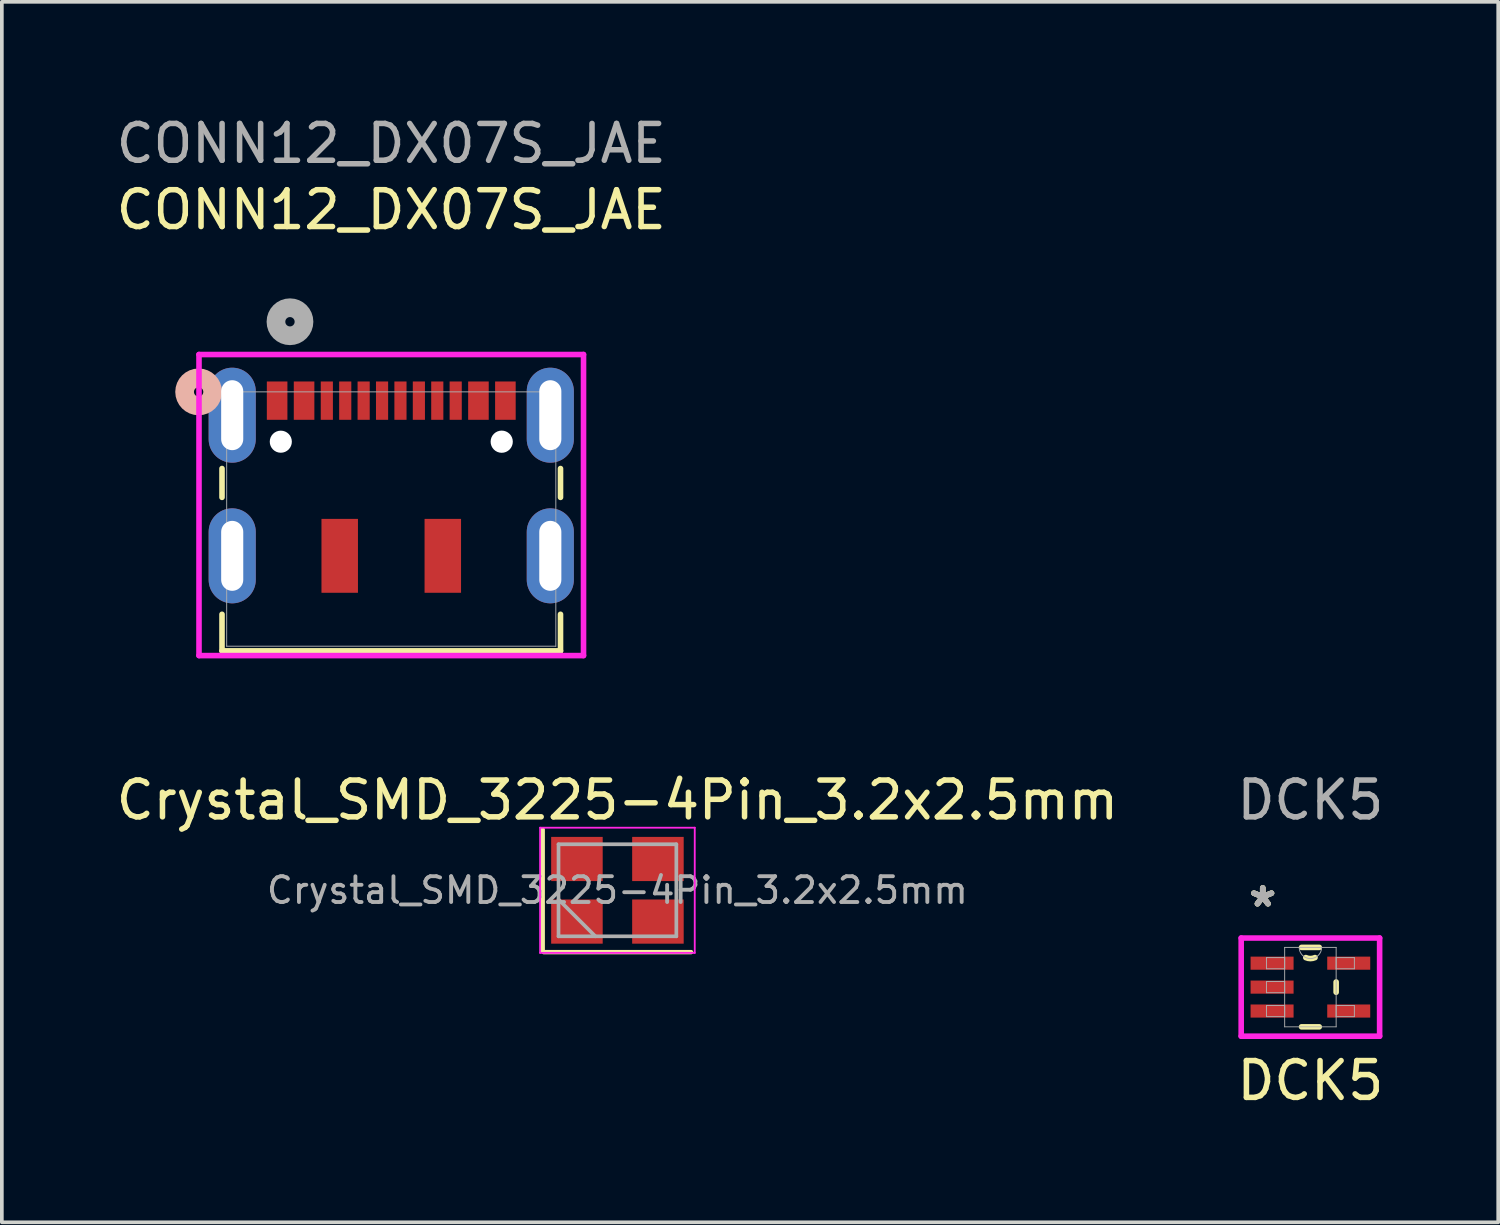
<source format=kicad_pcb>
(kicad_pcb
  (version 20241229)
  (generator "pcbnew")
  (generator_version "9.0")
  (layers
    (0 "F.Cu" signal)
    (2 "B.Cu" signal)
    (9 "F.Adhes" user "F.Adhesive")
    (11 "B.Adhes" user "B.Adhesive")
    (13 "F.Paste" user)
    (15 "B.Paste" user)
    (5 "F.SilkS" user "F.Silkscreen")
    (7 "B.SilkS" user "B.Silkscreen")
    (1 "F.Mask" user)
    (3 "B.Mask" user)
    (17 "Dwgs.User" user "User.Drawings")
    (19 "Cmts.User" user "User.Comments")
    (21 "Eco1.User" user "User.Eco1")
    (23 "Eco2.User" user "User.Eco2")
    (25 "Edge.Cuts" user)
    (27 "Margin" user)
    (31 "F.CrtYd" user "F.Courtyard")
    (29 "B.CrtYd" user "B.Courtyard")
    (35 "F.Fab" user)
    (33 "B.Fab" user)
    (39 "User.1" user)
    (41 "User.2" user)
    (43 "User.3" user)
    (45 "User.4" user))
  (footprint "CONN12_DX07S_JAE"
    (layer "F.Cu")
    (at 7.577 11.048)
    (property "Reference" "CONN12_DX07S_JAE" (at 0 -8.4 0) (unlocked yes) (layer "F.SilkS") (effects (font (size 1 1) (thickness 0.15))))
    (attr smd)
    (fp_line (start -4.597 -0.589) (end -4.597 -1.372) (stroke (width 0.152) (type solid)) (layer "F.SilkS"))
    (fp_line (start -4.597 3.581) (end -4.597 2.587) (stroke (width 0.152) (type solid)) (layer "F.SilkS"))
    (fp_line (start 4.597 -1.372) (end 4.597 -0.589) (stroke (width 0.152) (type solid)) (layer "F.SilkS"))
    (fp_line (start 4.597 2.587) (end 4.597 3.581) (stroke (width 0.152) (type solid)) (layer "F.SilkS"))
    (fp_line (start 4.597 3.581) (end -4.597 3.581) (stroke (width 0.152) (type solid)) (layer "F.SilkS"))
    (fp_circle (center -5.232 -3.454) (end -4.851 -3.454) (stroke (width 0.508) (type solid)) (fill no) (layer "B.SilkS"))
    (fp_line (start -5.222 -4.469) (end -5.222 3.708) (stroke (width 0.152) (type solid)) (layer "F.CrtYd"))
    (fp_line (start -5.222 3.708) (end 5.222 3.708) (stroke (width 0.152) (type solid)) (layer "F.CrtYd"))
    (fp_line (start 5.222 -4.469) (end -5.222 -4.469) (stroke (width 0.152) (type solid)) (layer "F.CrtYd"))
    (fp_line (start 5.222 3.708) (end 5.222 -4.469) (stroke (width 0.152) (type solid)) (layer "F.CrtYd"))
    (fp_line (start -4.47 -3.454) (end -4.47 3.454) (stroke (width 0.025) (type solid)) (layer "F.Fab"))
    (fp_line (start -4.47 3.454) (end 4.47 3.454) (stroke (width 0.025) (type solid)) (layer "F.Fab"))
    (fp_line (start 4.47 -3.454) (end -4.47 -3.454) (stroke (width 0.025) (type solid)) (layer "F.Fab"))
    (fp_line (start 4.47 3.454) (end 4.47 -3.454) (stroke (width 0.025) (type solid)) (layer "F.Fab"))
    (fp_circle (center -2.751 -5.359) (end -2.37 -5.359) (stroke (width 0.508) (type solid)) (fill no) (layer "F.Fab"))
    (fp_text user "${REFERENCE}" (at 0 -10.2 0) (unlocked yes) (layer "F.Fab") (effects (font (size 1 1) (thickness 0.15))))
    (pad "" np_thru_hole circle (at -3 -2.101) (size 0.6 0.6) (drill 0.6) (layers "*.Cu" "*.Mask"))
    (pad "" np_thru_hole circle (at 3 -2.101) (size 0.603 0.603) (drill oval 0.85 0.603) (layers "*.Cu" "*.Mask"))
    (pad "1" smd rect (at -3.1 -3.216) (size 0.559 1.041) (layers "F.Cu" "F.Mask" "F.Paste"))
    (pad "2" smd rect (at -2.368 -3.216) (size 0.559 1.041) (layers "F.Cu" "F.Mask" "F.Paste"))
    (pad "3" smd rect (at -1.75 -3.216) (size 0.33 1.041) (layers "F.Cu" "F.Mask" "F.Paste"))
    (pad "4" smd rect (at -1.25 -3.216) (size 0.33 1.041) (layers "F.Cu" "F.Mask" "F.Paste"))
    (pad "5" smd rect (at -0.75 -3.216) (size 0.33 1.041) (layers "F.Cu" "F.Mask" "F.Paste"))
    (pad "6" smd rect (at -0.25 -3.216) (size 0.33 1.041) (layers "F.Cu" "F.Mask" "F.Paste"))
    (pad "7" smd rect (at 0.25 -3.216) (size 0.33 1.041) (layers "F.Cu" "F.Mask" "F.Paste"))
    (pad "8" smd rect (at 0.75 -3.216) (size 0.33 1.041) (layers "F.Cu" "F.Mask" "F.Paste"))
    (pad "9" smd rect (at 1.25 -3.216) (size 0.33 1.041) (layers "F.Cu" "F.Mask" "F.Paste"))
    (pad "10" smd rect (at 1.75 -3.216) (size 0.33 1.041) (layers "F.Cu" "F.Mask" "F.Paste"))
    (pad "11" smd rect (at 2.368 -3.216) (size 0.559 1.041) (layers "F.Cu" "F.Mask" "F.Paste"))
    (pad "12" smd rect (at 3.1 -3.216) (size 0.559 1.041) (layers "F.Cu" "F.Mask" "F.Paste"))
    (pad "13" thru_hole oval (at -4.32 -2.821) (size 1.28 2.58) (drill oval 0.6 1.9) (layers "*.Cu" "*.Mask"))
    (pad "14" thru_hole oval (at 4.32 -2.821) (size 1.28 2.58) (drill oval 0.6 1.9) (layers "*.Cu" "B.Mask"))
    (pad "15" thru_hole oval (at -4.32 0.999) (size 1.28 2.58) (drill oval 0.6 1.9) (layers "*.Cu" "*.Mask"))
    (pad "16" thru_hole oval (at 4.32 0.999) (size 1.28 2.58) (drill oval 0.6 1.9) (layers "*.Cu" "*.Mask"))
    (pad "17" smd rect (at -1.4 0.999) (size 0.991 2.007) (layers "F.Cu" "F.Mask" "F.Paste"))
    (pad "18" smd rect (at 1.4 0.999) (size 0.991 2.007) (layers "F.Cu" "F.Mask" "F.Paste")))
  (footprint "Crystal_SMD_3225-4Pin_3.2x2.5mm"
    (layer "F.Cu")
    (at 13.72 21.131)
    (property "Reference" "Crystal_SMD_3225-4Pin_3.2x2.5mm" (at 0 -2.45 0) (layer "F.SilkS") (effects (font (size 1 1) (thickness 0.15))))
    (attr smd)
    (fp_line (start -2.03 -1.65) (end -2.03 1.65) (stroke (width 0.12) (type solid)) (layer "F.SilkS"))
    (fp_line (start -2 1.68) (end 2 1.68) (stroke (width 0.12) (type solid)) (layer "F.SilkS"))
    (fp_line (start -2.1 -1.7) (end -2.1 1.7) (stroke (width 0.05) (type solid)) (layer "F.CrtYd"))
    (fp_line (start -2.1 1.7) (end 2.1 1.7) (stroke (width 0.05) (type solid)) (layer "F.CrtYd"))
    (fp_line (start 2.1 -1.7) (end -2.1 -1.7) (stroke (width 0.05) (type solid)) (layer "F.CrtYd"))
    (fp_line (start 2.1 1.7) (end 2.1 -1.7) (stroke (width 0.05) (type solid)) (layer "F.CrtYd"))
    (fp_line (start -1.6 -1.25) (end -1.6 1.25) (stroke (width 0.1) (type solid)) (layer "F.Fab"))
    (fp_line (start -1.6 0.25) (end -0.6 1.25) (stroke (width 0.1) (type solid)) (layer "F.Fab"))
    (fp_line (start -1.6 1.25) (end 1.6 1.25) (stroke (width 0.1) (type solid)) (layer "F.Fab"))
    (fp_line (start 1.6 -1.25) (end -1.6 -1.25) (stroke (width 0.1) (type solid)) (layer "F.Fab"))
    (fp_line (start 1.6 1.25) (end 1.6 -1.25) (stroke (width 0.1) (type solid)) (layer "F.Fab"))
    (fp_text user "${REFERENCE}" (at 0 0 0) (layer "F.Fab") (effects (font (size 0.7 0.7) (thickness 0.105))))
    (pad "1" smd rect (at -1.1 0.85) (size 1.4 1.2) (layers "F.Cu" "F.Mask" "F.Paste"))
    (pad "2" smd rect (at 1.1 0.85) (size 1.4 1.2) (layers "F.Cu" "F.Mask" "F.Paste"))
    (pad "3" smd rect (at 1.1 -0.85) (size 1.4 1.2) (layers "F.Cu" "F.Mask" "F.Paste"))
    (pad "4" smd rect (at -1.1 -0.85) (size 1.4 1.2) (layers "F.Cu" "F.Mask" "F.Paste")))
  (footprint "DCK5"
    (layer "F.Cu")
    (at 32.542 23.761)
    (property "Reference" "DCK5" (at 0 2.54 0) (unlocked yes) (layer "F.SilkS") (effects (font (size 1 1) (thickness 0.15))))
    (attr smd)
    (fp_line (start -0.24 1.079) (end 0.24 1.079) (stroke (width 0.152) (type solid)) (layer "F.SilkS"))
    (fp_line (start 0.24 -1.079) (end -0.24 -1.079) (stroke (width 0.152) (type solid)) (layer "F.SilkS"))
    (fp_line (start 0.699 0.139) (end 0.699 -0.139) (stroke (width 0.152) (type solid)) (layer "F.SilkS"))
    (fp_arc (start 0.12446 -0.801269) (mid 0 -0.7747) (end -0.12446 -0.801269) (stroke (width 0.1524) (type solid)) (layer "F.SilkS"))
    (fp_line (start -1.88 -1.333) (end 1.88 -1.333) (stroke (width 0.152) (type solid)) (layer "F.CrtYd"))
    (fp_line (start -1.88 1.333) (end -1.88 -1.333) (stroke (width 0.152) (type solid)) (layer "F.CrtYd"))
    (fp_line (start 1.88 -1.333) (end 1.88 1.333) (stroke (width 0.152) (type solid)) (layer "F.CrtYd"))
    (fp_line (start 1.88 1.333) (end -1.88 1.333) (stroke (width 0.152) (type solid)) (layer "F.CrtYd"))
    (fp_line (start -1.194 -0.802) (end -1.194 -0.498) (stroke (width 0.025) (type solid)) (layer "F.Fab"))
    (fp_line (start -1.194 -0.498) (end -0.699 -0.498) (stroke (width 0.025) (type solid)) (layer "F.Fab"))
    (fp_line (start -1.194 -0.152) (end -1.194 0.152) (stroke (width 0.025) (type solid)) (layer "F.Fab"))
    (fp_line (start -1.194 0.152) (end -0.699 0.152) (stroke (width 0.025) (type solid)) (layer "F.Fab"))
    (fp_line (start -1.194 0.498) (end -1.194 0.802) (stroke (width 0.025) (type solid)) (layer "F.Fab"))
    (fp_line (start -1.194 0.802) (end -0.699 0.802) (stroke (width 0.025) (type solid)) (layer "F.Fab"))
    (fp_line (start -0.699 -1.079) (end -0.699 1.079) (stroke (width 0.025) (type solid)) (layer "F.Fab"))
    (fp_line (start -0.699 -0.802) (end -1.194 -0.802) (stroke (width 0.025) (type solid)) (layer "F.Fab"))
    (fp_line (start -0.699 -0.498) (end -0.699 -0.802) (stroke (width 0.025) (type solid)) (layer "F.Fab"))
    (fp_line (start -0.699 -0.152) (end -1.194 -0.152) (stroke (width 0.025) (type solid)) (layer "F.Fab"))
    (fp_line (start -0.699 0.152) (end -0.699 -0.152) (stroke (width 0.025) (type solid)) (layer "F.Fab"))
    (fp_line (start -0.699 0.498) (end -1.194 0.498) (stroke (width 0.025) (type solid)) (layer "F.Fab"))
    (fp_line (start -0.699 0.802) (end -0.699 0.498) (stroke (width 0.025) (type solid)) (layer "F.Fab"))
    (fp_line (start -0.699 1.079) (end 0.699 1.079) (stroke (width 0.025) (type solid)) (layer "F.Fab"))
    (fp_line (start 0.699 -1.079) (end -0.699 -1.079) (stroke (width 0.025) (type solid)) (layer "F.Fab"))
    (fp_line (start 0.699 -0.802) (end 0.699 -0.498) (stroke (width 0.025) (type solid)) (layer "F.Fab"))
    (fp_line (start 0.699 -0.498) (end 1.194 -0.498) (stroke (width 0.025) (type solid)) (layer "F.Fab"))
    (fp_line (start 0.699 0.498) (end 0.699 0.802) (stroke (width 0.025) (type solid)) (layer "F.Fab"))
    (fp_line (start 0.699 0.802) (end 1.194 0.802) (stroke (width 0.025) (type solid)) (layer "F.Fab"))
    (fp_line (start 0.699 1.079) (end 0.699 -1.079) (stroke (width 0.025) (type solid)) (layer "F.Fab"))
    (fp_line (start 1.194 -0.802) (end 0.699 -0.802) (stroke (width 0.025) (type solid)) (layer "F.Fab"))
    (fp_line (start 1.194 -0.498) (end 1.194 -0.802) (stroke (width 0.025) (type solid)) (layer "F.Fab"))
    (fp_line (start 1.194 0.498) (end 0.699 0.498) (stroke (width 0.025) (type solid)) (layer "F.Fab"))
    (fp_line (start 1.194 0.802) (end 1.194 0.498) (stroke (width 0.025) (type solid)) (layer "F.Fab"))
    (fp_arc (start 0.3048 -1.0795) (mid 0 -0.7747) (end -0.3048 -1.0795) (stroke (width 0.0254) (type solid)) (layer "F.Fab"))
    (fp_text user "*" (at -1.295 -2.149 0) (unlocked yes) (layer "F.SilkS") (effects (font (size 1 1) (thickness 0.15))))
    (fp_text user "*" (at -1.295 -2.149 0) (layer "F.SilkS") (effects (font (size 1 1) (thickness 0.15))))
    (fp_text user "*" (at -1.295 -2.149 0) (layer "F.Fab") (effects (font (size 1 1) (thickness 0.15))))
    (fp_text user "${REFERENCE}" (at 0 -5.08 0) (unlocked yes) (layer "F.Fab") (effects (font (size 1 1) (thickness 0.15))))
    (fp_text user "*" (at -1.295 -2.149 0) (unlocked yes) (layer "F.Fab") (effects (font (size 1 1) (thickness 0.15))))
    (pad "1" smd rect (at -1.041 -0.65) (size 1.168 0.356) (layers "F.Cu" "F.Mask" "F.Paste"))
    (pad "2" smd rect (at -1.041 0) (size 1.168 0.356) (layers "F.Cu" "F.Mask" "F.Paste"))
    (pad "3" smd rect (at -1.041 0.65) (size 1.168 0.356) (layers "F.Cu" "F.Mask" "F.Paste"))
    (pad "4" smd rect (at 1.041 0.65) (size 1.168 0.356) (layers "F.Cu" "F.Mask" "F.Paste"))
    (pad "5" smd rect (at 1.041 -0.65) (size 1.168 0.356) (layers "F.Cu" "F.Mask" "F.Paste")))
  (gr_rect
    (start -3 -3)
    (end 37.643 30.149)
    (stroke (width 0.1) (type default))
    (fill no)
    (layer "Edge.Cuts")))
</source>
